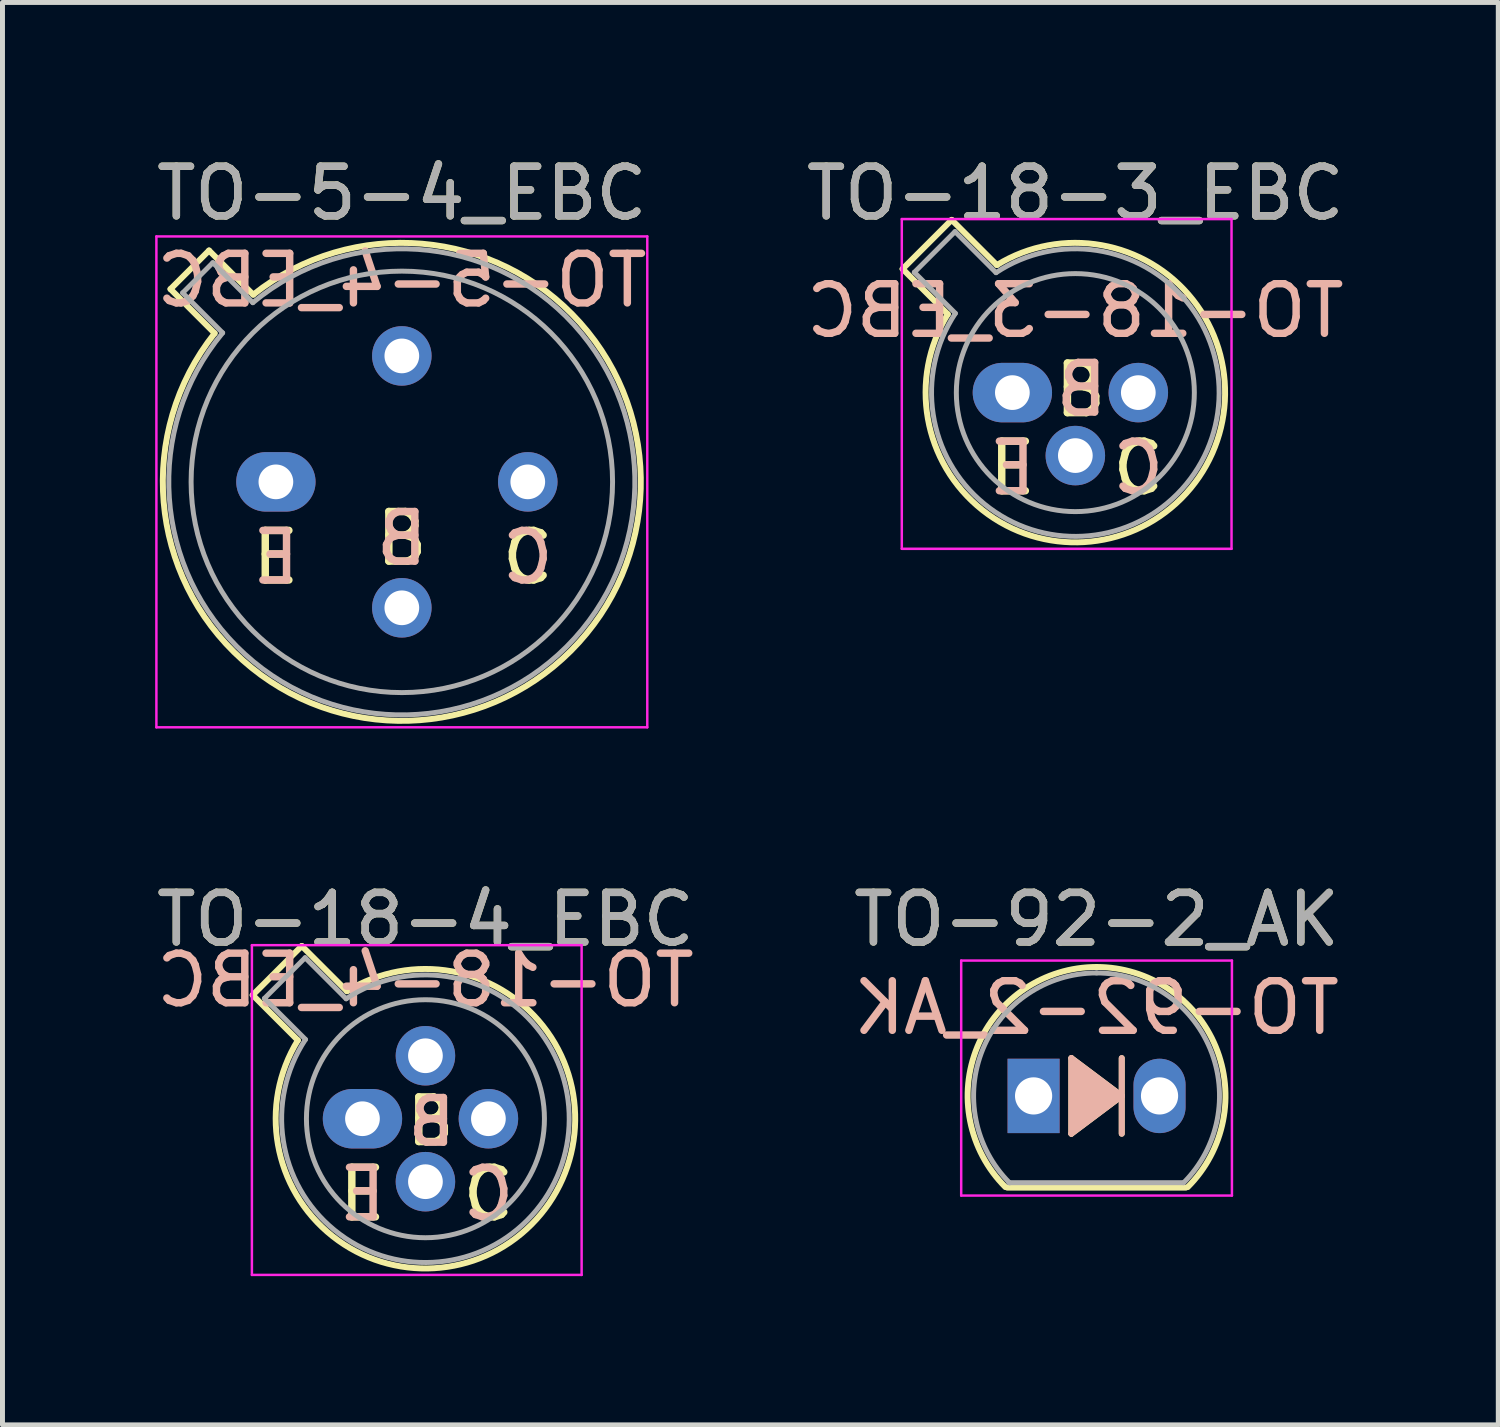
<source format=kicad_pcb>
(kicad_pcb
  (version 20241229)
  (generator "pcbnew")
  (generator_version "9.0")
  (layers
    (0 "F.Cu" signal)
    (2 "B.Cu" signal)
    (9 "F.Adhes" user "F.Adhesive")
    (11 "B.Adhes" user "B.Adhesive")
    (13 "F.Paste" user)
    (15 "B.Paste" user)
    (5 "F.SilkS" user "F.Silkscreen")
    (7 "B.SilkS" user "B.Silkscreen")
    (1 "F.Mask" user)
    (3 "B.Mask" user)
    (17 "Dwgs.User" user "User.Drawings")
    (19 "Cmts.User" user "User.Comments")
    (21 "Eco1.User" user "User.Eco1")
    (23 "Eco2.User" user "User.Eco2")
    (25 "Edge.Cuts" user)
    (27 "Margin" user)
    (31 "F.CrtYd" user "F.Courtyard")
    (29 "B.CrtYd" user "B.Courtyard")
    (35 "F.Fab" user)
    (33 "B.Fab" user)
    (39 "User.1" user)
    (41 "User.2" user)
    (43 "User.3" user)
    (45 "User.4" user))
  (footprint "TO-5-4_EBC"
    (layer "F.Cu")
    (at 2.514 6.668)
    (property "Reference" "TO-5-4_EBC" (at 2.54 -5.82 0) (layer "F.SilkS") (effects (font (size 1 1) (thickness 0.15))))
    (fp_line (start -2.126 -3.888) (end -1.235 -2.997) (stroke (width 0.12) (type solid)) (layer "F.SilkS"))
    (fp_line (start -1.348 -4.666) (end -2.126 -3.888) (stroke (width 0.12) (type solid)) (layer "F.SilkS"))
    (fp_line (start -0.457 -3.775) (end -1.348 -4.666) (stroke (width 0.12) (type solid)) (layer "F.SilkS"))
    (fp_arc (start -0.457084 -3.774902) (mid 5.948125 3.408384) (end -1.234674 -2.997371) (stroke (width 0.12) (type solid)) (layer "F.SilkS"))
    (fp_line (start -2.41 -4.95) (end -2.41 4.95) (stroke (width 0.05) (type solid)) (layer "F.CrtYd"))
    (fp_line (start -2.41 4.95) (end 7.49 4.95) (stroke (width 0.05) (type solid)) (layer "F.CrtYd"))
    (fp_line (start 7.49 -4.95) (end -2.41 -4.95) (stroke (width 0.05) (type solid)) (layer "F.CrtYd"))
    (fp_line (start 7.49 4.95) (end 7.49 -4.95) (stroke (width 0.05) (type solid)) (layer "F.CrtYd"))
    (fp_line (start -1.88 -3.812) (end -1.074 -3.005) (stroke (width 0.1) (type solid)) (layer "F.Fab"))
    (fp_line (start -1.272 -4.42) (end -1.88 -3.812) (stroke (width 0.1) (type solid)) (layer "F.Fab"))
    (fp_line (start -0.465 -3.614) (end -1.272 -4.42) (stroke (width 0.1) (type solid)) (layer "F.Fab"))
    (fp_arc (start -0.465408 -3.61352) (mid 5.863443 3.323361) (end -1.073594 -3.005319) (stroke (width 0.1) (type solid)) (layer "F.Fab"))
    (fp_circle (center 2.54 0) (end 6.79 0) (stroke (width 0.1) (type solid)) (fill no) (layer "F.Fab"))
    (fp_text user "B" (at 2.54 1.143 0) (unlocked yes) (layer "F.SilkS") (effects (font (size 1 1) (thickness 0.15))))
    (fp_text user "E" (at 0 1.524 0) (unlocked yes) (layer "F.SilkS") (effects (font (size 1 1) (thickness 0.15))))
    (fp_text user "C" (at 5.08 1.524 0) (unlocked yes) (layer "F.SilkS") (effects (font (size 1 1) (thickness 0.15))))
    (fp_text user "E" (at 0 1.524 0) (unlocked yes) (layer "B.SilkS") (effects (font (size 1 1) (thickness 0.15)) (justify mirror)))
    (fp_text user "C" (at 5.08 1.524 0) (unlocked yes) (layer "B.SilkS") (effects (font (size 1 1) (thickness 0.15)) (justify mirror)))
    (fp_text user "${REFERENCE}" (at 2.54 -4.064 0) (layer "B.SilkS") (effects (font (size 1 1) (thickness 0.15)) (justify mirror)))
    (fp_text user "B" (at 2.54 1.143 0) (unlocked yes) (layer "B.SilkS") (effects (font (size 1 1) (thickness 0.15)) (justify mirror)))
    (fp_text user "${REFERENCE}" (at 2.54 -5.82 0) (layer "F.Fab") (effects (font (size 1 1) (thickness 0.15))))
    (pad "1" thru_hole oval (at 0 0) (size 1.6 1.2) (drill 0.7) (layers "*.Cu" "*.Mask"))
    (pad "2" thru_hole oval (at 2.54 2.54) (size 1.2 1.2) (drill 0.7) (layers "*.Cu" "*.Mask"))
    (pad "3" thru_hole oval (at 5.08 0) (size 1.2 1.2) (drill 0.7) (layers "*.Cu" "*.Mask"))
    (pad "4" thru_hole oval (at 2.54 -2.54) (size 1.2 1.2) (drill 0.7) (layers "*.Cu" "*.Mask")))
  (footprint "TO-92-2_AK"
    (layer "F.Cu")
    (at 17.795 19.052)
    (property "Reference" "TO-92-2_AK" (at 1.27 -3.56 0) (layer "F.SilkS") (effects (font (size 1 1) (thickness 0.15))))
    (fp_line (start -0.53 1.85) (end 3.07 1.85) (stroke (width 0.12) (type solid)) (layer "F.SilkS"))
    (fp_line (start 0.762 -0.762) (end 1.778 0) (stroke (width 0.12) (type solid)) (layer "F.SilkS"))
    (fp_line (start 0.762 0.762) (end 0.762 -0.762) (stroke (width 0.12) (type solid)) (layer "F.SilkS"))
    (fp_line (start 1.778 0) (end 0.762 0.762) (stroke (width 0.12) (type solid)) (layer "F.SilkS"))
    (fp_line (start 1.778 0.762) (end 1.778 -0.762) (stroke (width 0.12) (type solid)) (layer "F.SilkS"))
    (fp_arc (start -0.568478 1.838478) (mid -1.132087 -0.994977) (end 1.27 -2.6) (stroke (width 0.12) (type solid)) (layer "F.SilkS"))
    (fp_arc (start 1.27 -2.6) (mid 3.672087 -0.994977) (end 3.108478 1.838478) (stroke (width 0.12) (type solid)) (layer "F.SilkS"))
    (fp_poly (pts (xy 0.762 -0.762) (xy 1.778 0) (xy 0.762 0.762)) (stroke (width 0.1) (type solid)) (fill yes) (layer "F.SilkS"))
    (fp_line (start 0.762 -0.762) (end 0.762 0.762) (stroke (width 0.12) (type solid)) (layer "B.SilkS"))
    (fp_line (start 0.762 0.762) (end 1.778 0) (stroke (width 0.12) (type solid)) (layer "B.SilkS"))
    (fp_line (start 1.778 -0.762) (end 1.778 0.762) (stroke (width 0.12) (type solid)) (layer "B.SilkS"))
    (fp_line (start 1.778 0) (end 0.762 -0.762) (stroke (width 0.12) (type solid)) (layer "B.SilkS"))
    (fp_poly (pts (xy 0.762 0.762) (xy 1.778 0) (xy 0.762 -0.762)) (stroke (width 0.1) (type solid)) (fill yes) (layer "B.SilkS"))
    (fp_line (start -1.46 -2.73) (end -1.46 2.01) (stroke (width 0.05) (type solid)) (layer "F.CrtYd"))
    (fp_line (start -1.46 -2.73) (end 4 -2.73) (stroke (width 0.05) (type solid)) (layer "F.CrtYd"))
    (fp_line (start 4 2.01) (end -1.46 2.01) (stroke (width 0.05) (type solid)) (layer "F.CrtYd"))
    (fp_line (start 4 2.01) (end 4 -2.73) (stroke (width 0.05) (type solid)) (layer "F.CrtYd"))
    (fp_line (start -0.5 1.75) (end 3 1.75) (stroke (width 0.1) (type solid)) (layer "F.Fab"))
    (fp_arc (start -0.483625 1.753625) (mid -1.021221 -0.949055) (end 1.27 -2.48) (stroke (width 0.1) (type solid)) (layer "F.Fab"))
    (fp_arc (start 1.27 -2.48) (mid 3.561221 -0.949055) (end 3.023625 1.753625) (stroke (width 0.1) (type solid)) (layer "F.Fab"))
    (fp_text user "${REFERENCE}" (at 1.27 -1.778 0) (layer "B.SilkS") (effects (font (size 1 1) (thickness 0.15)) (justify mirror)))
    (fp_text user "${REFERENCE}" (at 1.27 -3.56 0) (layer "F.Fab") (effects (font (size 1 1) (thickness 0.15))))
    (pad "1" thru_hole rect (at 0 0) (size 1.05 1.5) (drill 0.75) (layers "*.Cu" "*.Mask"))
    (pad "2" thru_hole oval (at 2.54 0) (size 1.05 1.5) (drill 0.75) (layers "*.Cu" "*.Mask")))
  (footprint "TO-18-4_EBC"
    (layer "F.Cu")
    (at 4.26 19.512)
    (property "Reference" "TO-18-4_EBC" (at 1.27 -4.02 0) (layer "F.SilkS") (effects (font (size 1 1) (thickness 0.15))))
    (fp_line (start -2.214 -2.494) (end -1.302 -1.582) (stroke (width 0.12) (type solid)) (layer "F.SilkS"))
    (fp_line (start -1.224 -3.484) (end -2.214 -2.494) (stroke (width 0.12) (type solid)) (layer "F.SilkS"))
    (fp_line (start -0.312 -2.572) (end -1.224 -3.484) (stroke (width 0.12) (type solid)) (layer "F.SilkS"))
    (fp_arc (start -0.312331 -2.572281) (mid 3.405374 2.135551) (end -1.30215 -1.582544) (stroke (width 0.12) (type solid)) (layer "F.SilkS"))
    (fp_line (start -2.23 -3.5) (end -2.23 3.15) (stroke (width 0.05) (type solid)) (layer "F.CrtYd"))
    (fp_line (start -2.23 3.15) (end 4.42 3.15) (stroke (width 0.05) (type solid)) (layer "F.CrtYd"))
    (fp_line (start 4.42 -3.5) (end -2.23 -3.5) (stroke (width 0.05) (type solid)) (layer "F.CrtYd"))
    (fp_line (start 4.42 3.15) (end 4.42 -3.5) (stroke (width 0.05) (type solid)) (layer "F.CrtYd"))
    (fp_line (start -1.977 -2.426) (end -1.149 -1.599) (stroke (width 0.1) (type solid)) (layer "F.Fab"))
    (fp_line (start -1.156 -3.247) (end -1.977 -2.426) (stroke (width 0.1) (type solid)) (layer "F.Fab"))
    (fp_line (start -0.329 -2.419) (end -1.156 -3.247) (stroke (width 0.1) (type solid)) (layer "F.Fab"))
    (fp_arc (start -0.329057 -2.419301) (mid 3.321076 2.050143) (end -1.150029 -1.597956) (stroke (width 0.1) (type solid)) (layer "F.Fab"))
    (fp_circle (center 1.27 0) (end 3.67 0) (stroke (width 0.1) (type solid)) (fill no) (layer "F.Fab"))
    (fp_text user "C" (at 2.54 1.524 0) (unlocked yes) (layer "F.SilkS") (effects (font (size 1 1) (thickness 0.15))))
    (fp_text user "E" (at 0 1.524 0) (unlocked yes) (layer "F.SilkS") (effects (font (size 1 1) (thickness 0.15))))
    (fp_text user "B" (at 1.372 0.051 0) (unlocked yes) (layer "F.SilkS") (effects (font (size 0.9 0.9) (thickness 0.15))))
    (fp_text user "E" (at 0 1.524 0) (unlocked yes) (layer "B.SilkS") (effects (font (size 1 1) (thickness 0.15)) (justify mirror)))
    (fp_text user "C" (at 2.54 1.524 0) (unlocked yes) (layer "B.SilkS") (effects (font (size 1 1) (thickness 0.15)) (justify mirror)))
    (fp_text user "${REFERENCE}" (at 1.27 -2.794 0) (layer "B.SilkS") (effects (font (size 1 1) (thickness 0.15)) (justify mirror)))
    (fp_text user "B" (at 1.397 0.064 0) (unlocked yes) (layer "B.SilkS") (effects (font (size 0.9 0.9) (thickness 0.15)) (justify mirror)))
    (fp_text user "${REFERENCE}" (at 1.27 -4.02 0) (layer "F.Fab") (effects (font (size 1 1) (thickness 0.15))))
    (pad "1" thru_hole oval (at 0 0) (size 1.6 1.2) (drill 0.7) (layers "*.Cu" "*.Mask"))
    (pad "2" thru_hole oval (at 1.27 1.27) (size 1.2 1.2) (drill 0.7) (layers "*.Cu" "*.Mask"))
    (pad "3" thru_hole oval (at 2.54 0) (size 1.2 1.2) (drill 0.7) (layers "*.Cu" "*.Mask"))
    (pad "4" thru_hole oval (at 1.27 -1.27) (size 1.2 1.2) (drill 0.7) (layers "*.Cu" "*.Mask")))
  (footprint "TO-18-3_EBC"
    (layer "F.Cu")
    (at 17.367 4.868)
    (property "Reference" "TO-18-3_EBC" (at 1.27 -4.02 0) (layer "F.SilkS") (effects (font (size 1 1) (thickness 0.15))))
    (fp_line (start -2.214 -2.494) (end -1.302 -1.582) (stroke (width 0.12) (type solid)) (layer "F.SilkS"))
    (fp_line (start -1.224 -3.484) (end -2.214 -2.494) (stroke (width 0.12) (type solid)) (layer "F.SilkS"))
    (fp_line (start -0.312 -2.572) (end -1.224 -3.484) (stroke (width 0.12) (type solid)) (layer "F.SilkS"))
    (fp_arc (start -0.312331 -2.572281) (mid 3.405374 2.135551) (end -1.30215 -1.582544) (stroke (width 0.12) (type solid)) (layer "F.SilkS"))
    (fp_line (start -2.23 -3.5) (end -2.23 3.15) (stroke (width 0.05) (type solid)) (layer "F.CrtYd"))
    (fp_line (start -2.23 3.15) (end 4.42 3.15) (stroke (width 0.05) (type solid)) (layer "F.CrtYd"))
    (fp_line (start 4.42 -3.5) (end -2.23 -3.5) (stroke (width 0.05) (type solid)) (layer "F.CrtYd"))
    (fp_line (start 4.42 3.15) (end 4.42 -3.5) (stroke (width 0.05) (type solid)) (layer "F.CrtYd"))
    (fp_line (start -1.977 -2.426) (end -1.149 -1.599) (stroke (width 0.1) (type solid)) (layer "F.Fab"))
    (fp_line (start -1.156 -3.247) (end -1.977 -2.426) (stroke (width 0.1) (type solid)) (layer "F.Fab"))
    (fp_line (start -0.329 -2.419) (end -1.156 -3.247) (stroke (width 0.1) (type solid)) (layer "F.Fab"))
    (fp_arc (start -0.329057 -2.419301) (mid 3.321076 2.050143) (end -1.150029 -1.597956) (stroke (width 0.1) (type solid)) (layer "F.Fab"))
    (fp_circle (center 1.27 0) (end 3.67 0) (stroke (width 0.1) (type solid)) (fill no) (layer "F.Fab"))
    (fp_text user "C" (at 2.54 1.524 0) (unlocked yes) (layer "F.SilkS") (effects (font (size 1 1) (thickness 0.15))))
    (fp_text user "B" (at 1.372 -0.051 0) (unlocked yes) (layer "F.SilkS") (effects (font (size 1 1) (thickness 0.15))))
    (fp_text user "E" (at 0 1.524 0) (unlocked yes) (layer "F.SilkS") (effects (font (size 1 1) (thickness 0.15))))
    (fp_text user "C" (at 2.54 1.524 0) (unlocked yes) (layer "B.SilkS") (effects (font (size 1 1) (thickness 0.15)) (justify mirror)))
    (fp_text user "E" (at 0 1.524 0) (unlocked yes) (layer "B.SilkS") (effects (font (size 1 1) (thickness 0.15)) (justify mirror)))
    (fp_text user "${REFERENCE}" (at 1.27 -1.651 0) (layer "B.SilkS") (effects (font (size 1 1) (thickness 0.15)) (justify mirror)))
    (fp_text user "B" (at 1.397 -0.064 0) (unlocked yes) (layer "B.SilkS") (effects (font (size 1 1) (thickness 0.15)) (justify mirror)))
    (fp_text user "${REFERENCE}" (at 1.27 -4.02 0) (layer "F.Fab") (effects (font (size 1 1) (thickness 0.15))))
    (pad "1" thru_hole oval (at 0 0) (size 1.6 1.2) (drill 0.7) (layers "*.Cu" "*.Mask"))
    (pad "2" thru_hole oval (at 1.27 1.27) (size 1.2 1.2) (drill 0.7) (layers "*.Cu" "*.Mask"))
    (pad "3" thru_hole oval (at 2.54 0) (size 1.2 1.2) (drill 0.7) (layers "*.Cu" "*.Mask")))
  (gr_rect
    (start -3 -3)
    (end 27.167 25.686)
    (stroke (width 0.1) (type default))
    (fill no)
    (layer "Edge.Cuts")))
</source>
